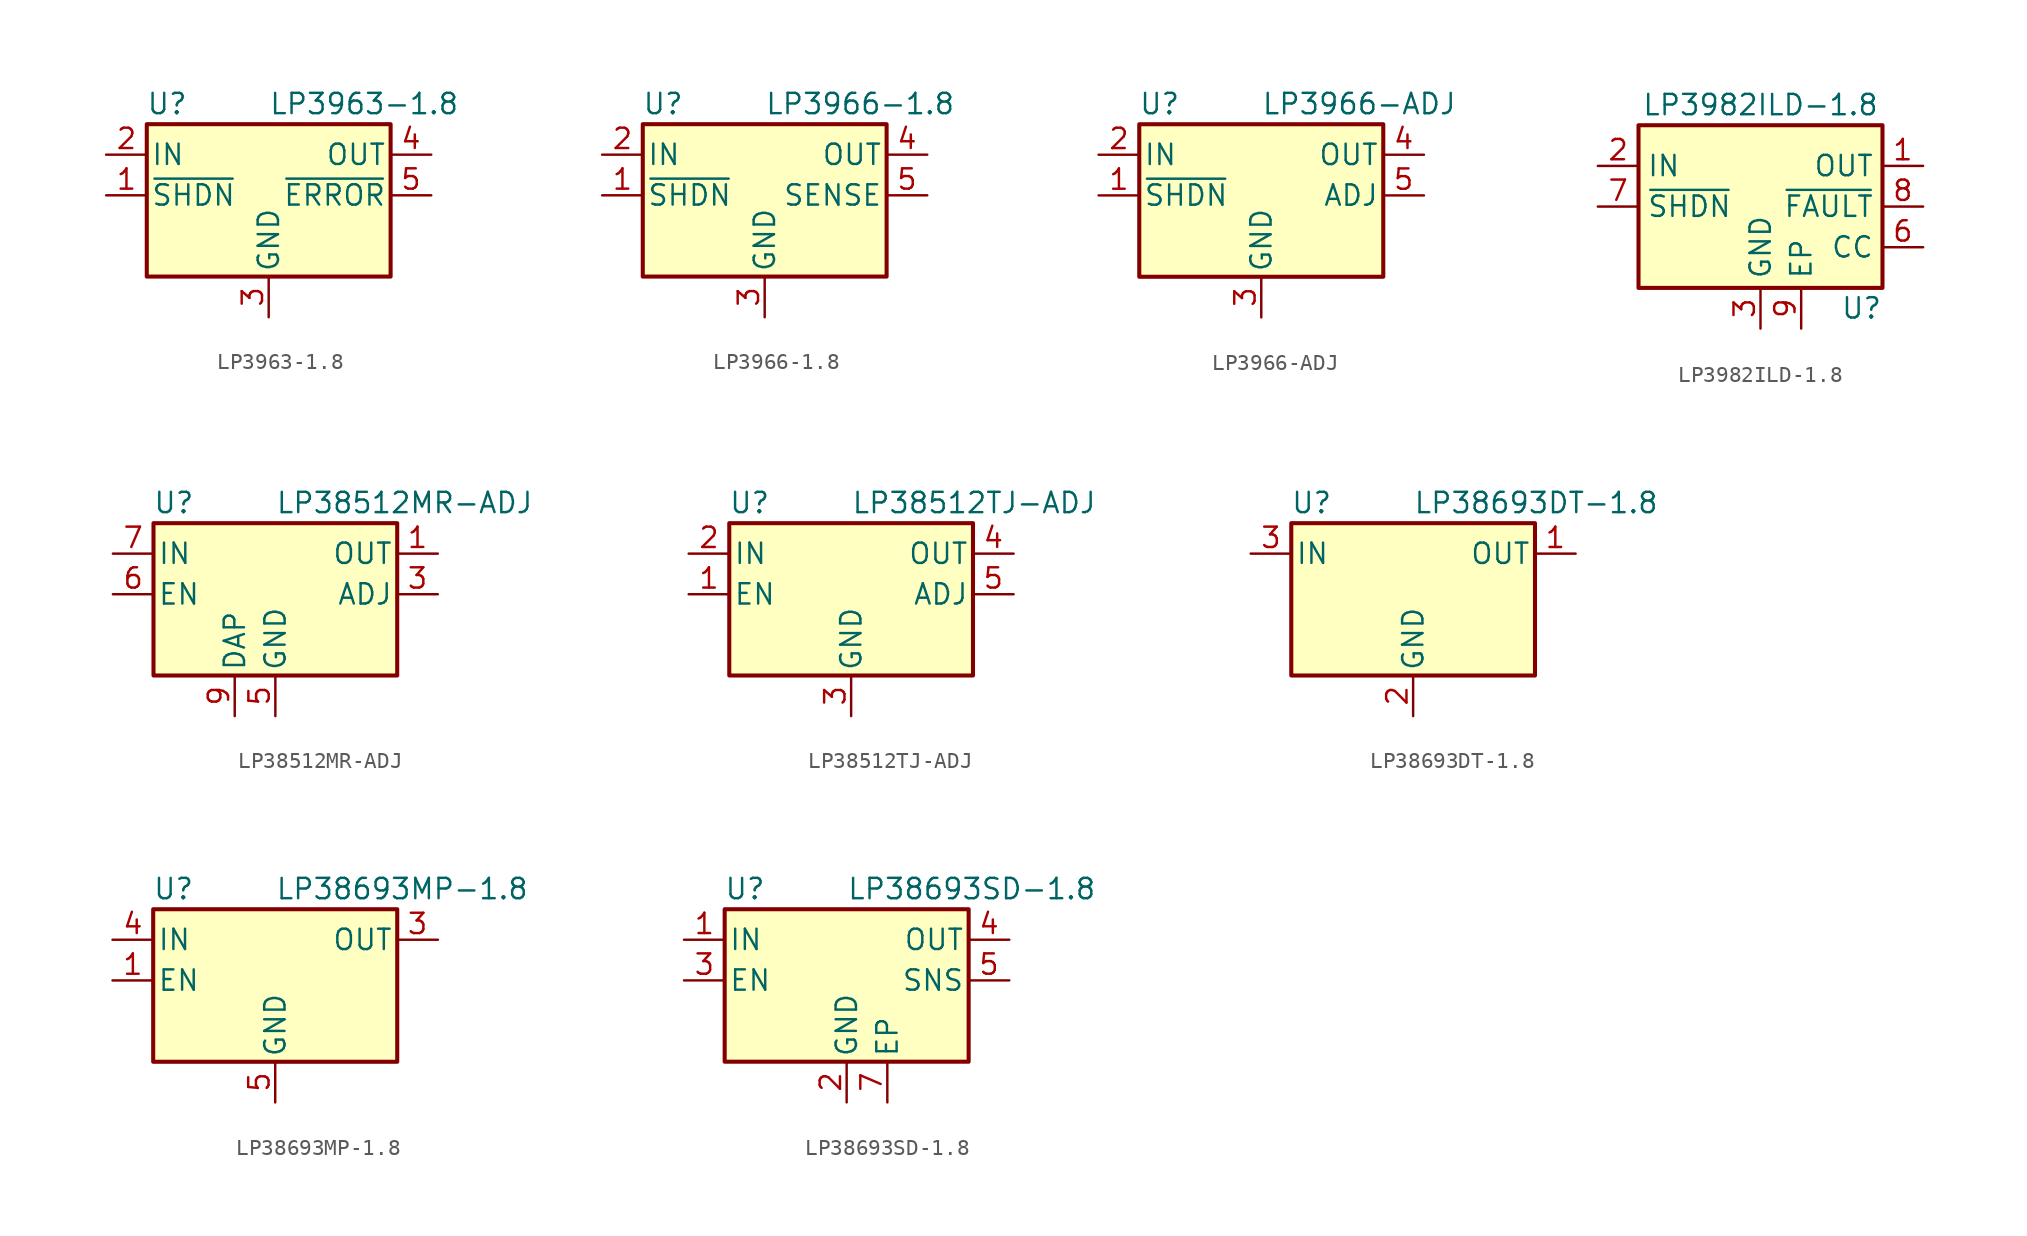
<source format=kicad_sym>
(kicad_symbol_lib
  (version 20220914)
  (generator kicad_symbol_editor)
  (symbol "LP3963-1.8"
    (pin_names
      (offset 0.254))
    (property "Reference" "U"
      (at -6.35 5.715 0)
      (effects (font (size 1.27 1.27))))
    (property "Value" "LP3963-1.8"
      (at 0 5.715 0)
      (effects (font (size 1.27 1.27)) (justify left)))
    (symbol "LP3963-1.8_0_1"
      (rectangle (start -7.62 -5.08) (end 7.62 4.445) (stroke (width 0.254) (type solid)) (fill (type background))))
    (symbol "LP3963-1.8_1_1"
      (pin input line (at -10.16 0 0) (length 2.54) (name "~{SHDN}" (effects (font (size 1.27 1.27)))) (number "1" (effects (font (size 1.27 1.27)))))
      (pin power_in line (at -10.16 2.54 0) (length 2.54) (name "IN" (effects (font (size 1.27 1.27)))) (number "2" (effects (font (size 1.27 1.27)))))
      (pin power_in line (at 0 -7.62 90) (length 2.54) (name "GND" (effects (font (size 1.27 1.27)))) (number "3" (effects (font (size 1.27 1.27)))))
      (pin power_out line (at 10.16 2.54 180) (length 2.54) (name "OUT" (effects (font (size 1.27 1.27)))) (number "4" (effects (font (size 1.27 1.27)))))
      (pin output line (at 10.16 0 180) (length 2.54) (name "~{ERROR}" (effects (font (size 1.27 1.27)))) (number "5" (effects (font (size 1.27 1.27)))))))
  (symbol "LP3966-1.8"
    (pin_names
      (offset 0.254))
    (property "Reference" "U"
      (at -6.35 5.715 0)
      (effects (font (size 1.27 1.27))))
    (property "Value" "LP3966-1.8"
      (at 0 5.715 0)
      (effects (font (size 1.27 1.27)) (justify left)))
    (symbol "LP3966-1.8_0_1"
      (rectangle (start -7.62 -5.08) (end 7.62 4.445) (stroke (width 0.254) (type solid)) (fill (type background))))
    (symbol "LP3966-1.8_1_1"
      (pin input line (at -10.16 0 0) (length 2.54) (name "~{SHDN}" (effects (font (size 1.27 1.27)))) (number "1" (effects (font (size 1.27 1.27)))))
      (pin power_in line (at -10.16 2.54 0) (length 2.54) (name "IN" (effects (font (size 1.27 1.27)))) (number "2" (effects (font (size 1.27 1.27)))))
      (pin power_in line (at 0 -7.62 90) (length 2.54) (name "GND" (effects (font (size 1.27 1.27)))) (number "3" (effects (font (size 1.27 1.27)))))
      (pin power_out line (at 10.16 2.54 180) (length 2.54) (name "OUT" (effects (font (size 1.27 1.27)))) (number "4" (effects (font (size 1.27 1.27)))))
      (pin input line (at 10.16 0 180) (length 2.54) (name "SENSE" (effects (font (size 1.27 1.27)))) (number "5" (effects (font (size 1.27 1.27)))))))
  (symbol "LP3966-ADJ"
    (pin_names
      (offset 0.254))
    (property "Reference" "U"
      (at -6.35 5.715 0)
      (effects (font (size 1.27 1.27))))
    (property "Value" "LP3966-ADJ"
      (at 0 5.715 0)
      (effects (font (size 1.27 1.27)) (justify left)))
    (symbol "LP3966-ADJ_0_1"
      (rectangle (start -7.62 -5.08) (end 7.62 4.445) (stroke (width 0.254) (type solid)) (fill (type background))))
    (symbol "LP3966-ADJ_1_1"
      (pin input line (at -10.16 0 0) (length 2.54) (name "~{SHDN}" (effects (font (size 1.27 1.27)))) (number "1" (effects (font (size 1.27 1.27)))))
      (pin power_in line (at -10.16 2.54 0) (length 2.54) (name "IN" (effects (font (size 1.27 1.27)))) (number "2" (effects (font (size 1.27 1.27)))))
      (pin power_in line (at 0 -7.62 90) (length 2.54) (name "GND" (effects (font (size 1.27 1.27)))) (number "3" (effects (font (size 1.27 1.27)))))
      (pin power_out line (at 10.16 2.54 180) (length 2.54) (name "OUT" (effects (font (size 1.27 1.27)))) (number "4" (effects (font (size 1.27 1.27)))))
      (pin input line (at 10.16 0 180) (length 2.54) (name "ADJ" (effects (font (size 1.27 1.27)))) (number "5" (effects (font (size 1.27 1.27)))))))
  (symbol "LP3982ILD-1.8"
    (property "Reference" "U"
      (at 7.62 -6.35 0)
      (effects (font (size 1.27 1.27)) (justify right)))
    (property "Value" "LP3982ILD-1.8"
      (at 0 6.35 0)
      (effects (font (size 1.27 1.27))))
    (symbol "LP3982ILD-1.8_0_1"
      (rectangle (start -7.62 5.08) (end 7.62 -5.08) (stroke (width 0.254) (type solid)) (fill (type background))))
    (symbol "LP3982ILD-1.8_1_1"
      (pin power_out line (at 10.16 2.54 180) (length 2.54) (name "OUT" (effects (font (size 1.27 1.27)))) (number "1" (effects (font (size 1.27 1.27)))))
      (pin power_in line (at -10.16 2.54 0) (length 2.54) (name "IN" (effects (font (size 1.27 1.27)))) (number "2" (effects (font (size 1.27 1.27)))))
      (pin power_in line (at 0 -7.62 90) (length 2.54) (name "GND" (effects (font (size 1.27 1.27)))) (number "3" (effects (font (size 1.27 1.27)))))
      (pin passive line (at 10.16 2.54 180) (length 2.54) hide (name "OUT" (effects (font (size 1.27 1.27)))) (number "4" (effects (font (size 1.27 1.27)))))
      (pin no_connect line (at -7.62 -2.54 0) (length 2.54) hide (name "NC" (effects (font (size 1.27 1.27)))) (number "5" (effects (font (size 1.27 1.27)))))
      (pin passive line (at 10.16 -2.54 180) (length 2.54) (name "CC" (effects (font (size 1.27 1.27)))) (number "6" (effects (font (size 1.27 1.27)))))
      (pin input line (at -10.16 0 0) (length 2.54) (name "~{SHDN}" (effects (font (size 1.27 1.27)))) (number "7" (effects (font (size 1.27 1.27)))))
      (pin open_collector line (at 10.16 0 180) (length 2.54) (name "~{FAULT}" (effects (font (size 1.27 1.27)))) (number "8" (effects (font (size 1.27 1.27)))))
      (pin passive line (at 2.54 -7.62 90) (length 2.54) (name "EP" (effects (font (size 1.27 1.27)))) (number "9" (effects (font (size 1.27 1.27)))))))
  (symbol "LP38512MR-ADJ"
    (pin_names
      (offset 0.254))
    (property "Reference" "U"
      (at -6.35 5.715 0)
      (effects (font (size 1.27 1.27))))
    (property "Value" "LP38512MR-ADJ"
      (at 0 5.715 0)
      (effects (font (size 1.27 1.27)) (justify left)))
    (symbol "LP38512MR-ADJ_0_1"
      (rectangle (start -7.62 -5.08) (end 7.62 4.445) (stroke (width 0.254) (type solid)) (fill (type background))))
    (symbol "LP38512MR-ADJ_1_1"
      (pin power_out line (at 10.16 2.54 180) (length 2.54) (name "OUT" (effects (font (size 1.27 1.27)))) (number "1" (effects (font (size 1.27 1.27)))))
      (pin passive line (at 10.16 2.54 180) (length 2.54) hide (name "OUT" (effects (font (size 1.27 1.27)))) (number "2" (effects (font (size 1.27 1.27)))))
      (pin input line (at 10.16 0 180) (length 2.54) (name "ADJ" (effects (font (size 1.27 1.27)))) (number "3" (effects (font (size 1.27 1.27)))))
      (pin no_connect line (at -7.62 -2.54 0) (length 2.54) hide (name "NC" (effects (font (size 1.27 1.27)))) (number "4" (effects (font (size 1.27 1.27)))))
      (pin power_in line (at 0 -7.62 90) (length 2.54) (name "GND" (effects (font (size 1.27 1.27)))) (number "5" (effects (font (size 1.27 1.27)))))
      (pin input line (at -10.16 0 0) (length 2.54) (name "EN" (effects (font (size 1.27 1.27)))) (number "6" (effects (font (size 1.27 1.27)))))
      (pin power_in line (at -10.16 2.54 0) (length 2.54) (name "IN" (effects (font (size 1.27 1.27)))) (number "7" (effects (font (size 1.27 1.27)))))
      (pin passive line (at -10.16 2.54 0) (length 2.54) hide (name "IN" (effects (font (size 1.27 1.27)))) (number "8" (effects (font (size 1.27 1.27)))))
      (pin passive line (at -2.54 -7.62 90) (length 2.54) (name "DAP" (effects (font (size 1.27 1.27)))) (number "9" (effects (font (size 1.27 1.27)))))))
  (symbol "LP38512TJ-ADJ"
    (pin_names
      (offset 0.254))
    (property "Reference" "U"
      (at -6.35 5.715 0)
      (effects (font (size 1.27 1.27))))
    (property "Value" "LP38512TJ-ADJ"
      (at 0 5.715 0)
      (effects (font (size 1.27 1.27)) (justify left)))
    (symbol "LP38512TJ-ADJ_0_1"
      (rectangle (start -7.62 -5.08) (end 7.62 4.445) (stroke (width 0.254) (type solid)) (fill (type background))))
    (symbol "LP38512TJ-ADJ_1_1"
      (pin input line (at -10.16 0 0) (length 2.54) (name "EN" (effects (font (size 1.27 1.27)))) (number "1" (effects (font (size 1.27 1.27)))))
      (pin power_in line (at -10.16 2.54 0) (length 2.54) (name "IN" (effects (font (size 1.27 1.27)))) (number "2" (effects (font (size 1.27 1.27)))))
      (pin power_in line (at 0 -7.62 90) (length 2.54) (name "GND" (effects (font (size 1.27 1.27)))) (number "3" (effects (font (size 1.27 1.27)))))
      (pin power_out line (at 10.16 2.54 180) (length 2.54) (name "OUT" (effects (font (size 1.27 1.27)))) (number "4" (effects (font (size 1.27 1.27)))))
      (pin input line (at 10.16 0 180) (length 2.54) (name "ADJ" (effects (font (size 1.27 1.27)))) (number "5" (effects (font (size 1.27 1.27)))))
      (pin passive line (at 0 -7.62 90) (length 2.54) hide (name "GND" (effects (font (size 1.27 1.27)))) (number "6" (effects (font (size 1.27 1.27)))))))
  (symbol "LP38693DT-1.8"
    (pin_names
      (offset 0.254))
    (property "Reference" "U"
      (at -6.35 5.715 0)
      (effects (font (size 1.27 1.27))))
    (property "Value" "LP38693DT-1.8"
      (at 0 5.715 0)
      (effects (font (size 1.27 1.27)) (justify left)))
    (symbol "LP38693DT-1.8_0_1"
      (rectangle (start -7.62 -5.08) (end 7.62 4.445) (stroke (width 0.254) (type solid)) (fill (type background))))
    (symbol "LP38693DT-1.8_1_1"
      (pin power_out line (at 10.16 2.54 180) (length 2.54) (name "OUT" (effects (font (size 1.27 1.27)))) (number "1" (effects (font (size 1.27 1.27)))))
      (pin power_in line (at 0 -7.62 90) (length 2.54) (name "GND" (effects (font (size 1.27 1.27)))) (number "2" (effects (font (size 1.27 1.27)))))
      (pin power_in line (at -10.16 2.54 0) (length 2.54) (name "IN" (effects (font (size 1.27 1.27)))) (number "3" (effects (font (size 1.27 1.27)))))))
  (symbol "LP38693MP-1.8"
    (pin_names
      (offset 0.254))
    (property "Reference" "U"
      (at -6.35 5.715 0)
      (effects (font (size 1.27 1.27))))
    (property "Value" "LP38693MP-1.8"
      (at 0 5.715 0)
      (effects (font (size 1.27 1.27)) (justify left)))
    (symbol "LP38693MP-1.8_0_1"
      (rectangle (start -7.62 -5.08) (end 7.62 4.445) (stroke (width 0.254) (type solid)) (fill (type background))))
    (symbol "LP38693MP-1.8_1_1"
      (pin input line (at -10.16 0 0) (length 2.54) (name "EN" (effects (font (size 1.27 1.27)))) (number "1" (effects (font (size 1.27 1.27)))))
      (pin no_connect line (at 7.62 0 180) (length 2.54) hide (name "NC" (effects (font (size 1.27 1.27)))) (number "2" (effects (font (size 1.27 1.27)))))
      (pin power_out line (at 10.16 2.54 180) (length 2.54) (name "OUT" (effects (font (size 1.27 1.27)))) (number "3" (effects (font (size 1.27 1.27)))))
      (pin power_in line (at -10.16 2.54 0) (length 2.54) (name "IN" (effects (font (size 1.27 1.27)))) (number "4" (effects (font (size 1.27 1.27)))))
      (pin power_in line (at 0 -7.62 90) (length 2.54) (name "GND" (effects (font (size 1.27 1.27)))) (number "5" (effects (font (size 1.27 1.27)))))))
  (symbol "LP38693SD-1.8"
    (pin_names
      (offset 0.254))
    (property "Reference" "U"
      (at -6.35 5.715 0)
      (effects (font (size 1.27 1.27))))
    (property "Value" "LP38693SD-1.8"
      (at 0 5.715 0)
      (effects (font (size 1.27 1.27)) (justify left)))
    (symbol "LP38693SD-1.8_0_1"
      (rectangle (start -7.62 -5.08) (end 7.62 4.445) (stroke (width 0.254) (type solid)) (fill (type background))))
    (symbol "LP38693SD-1.8_1_1"
      (pin power_in line (at -10.16 2.54 0) (length 2.54) (name "IN" (effects (font (size 1.27 1.27)))) (number "1" (effects (font (size 1.27 1.27)))))
      (pin power_in line (at 0 -7.62 90) (length 2.54) (name "GND" (effects (font (size 1.27 1.27)))) (number "2" (effects (font (size 1.27 1.27)))))
      (pin input line (at -10.16 0 0) (length 2.54) (name "EN" (effects (font (size 1.27 1.27)))) (number "3" (effects (font (size 1.27 1.27)))))
      (pin power_out line (at 10.16 2.54 180) (length 2.54) (name "OUT" (effects (font (size 1.27 1.27)))) (number "4" (effects (font (size 1.27 1.27)))))
      (pin input line (at 10.16 0 180) (length 2.54) (name "SNS" (effects (font (size 1.27 1.27)))) (number "5" (effects (font (size 1.27 1.27)))))
      (pin passive line (at -10.16 2.54 0) (length 2.54) hide (name "IN" (effects (font (size 1.27 1.27)))) (number "6" (effects (font (size 1.27 1.27)))))
      (pin passive line (at 2.54 -7.62 90) (length 2.54) (name "EP" (effects (font (size 1.27 1.27)))) (number "7" (effects (font (size 1.27 1.27))))))))
</source>
